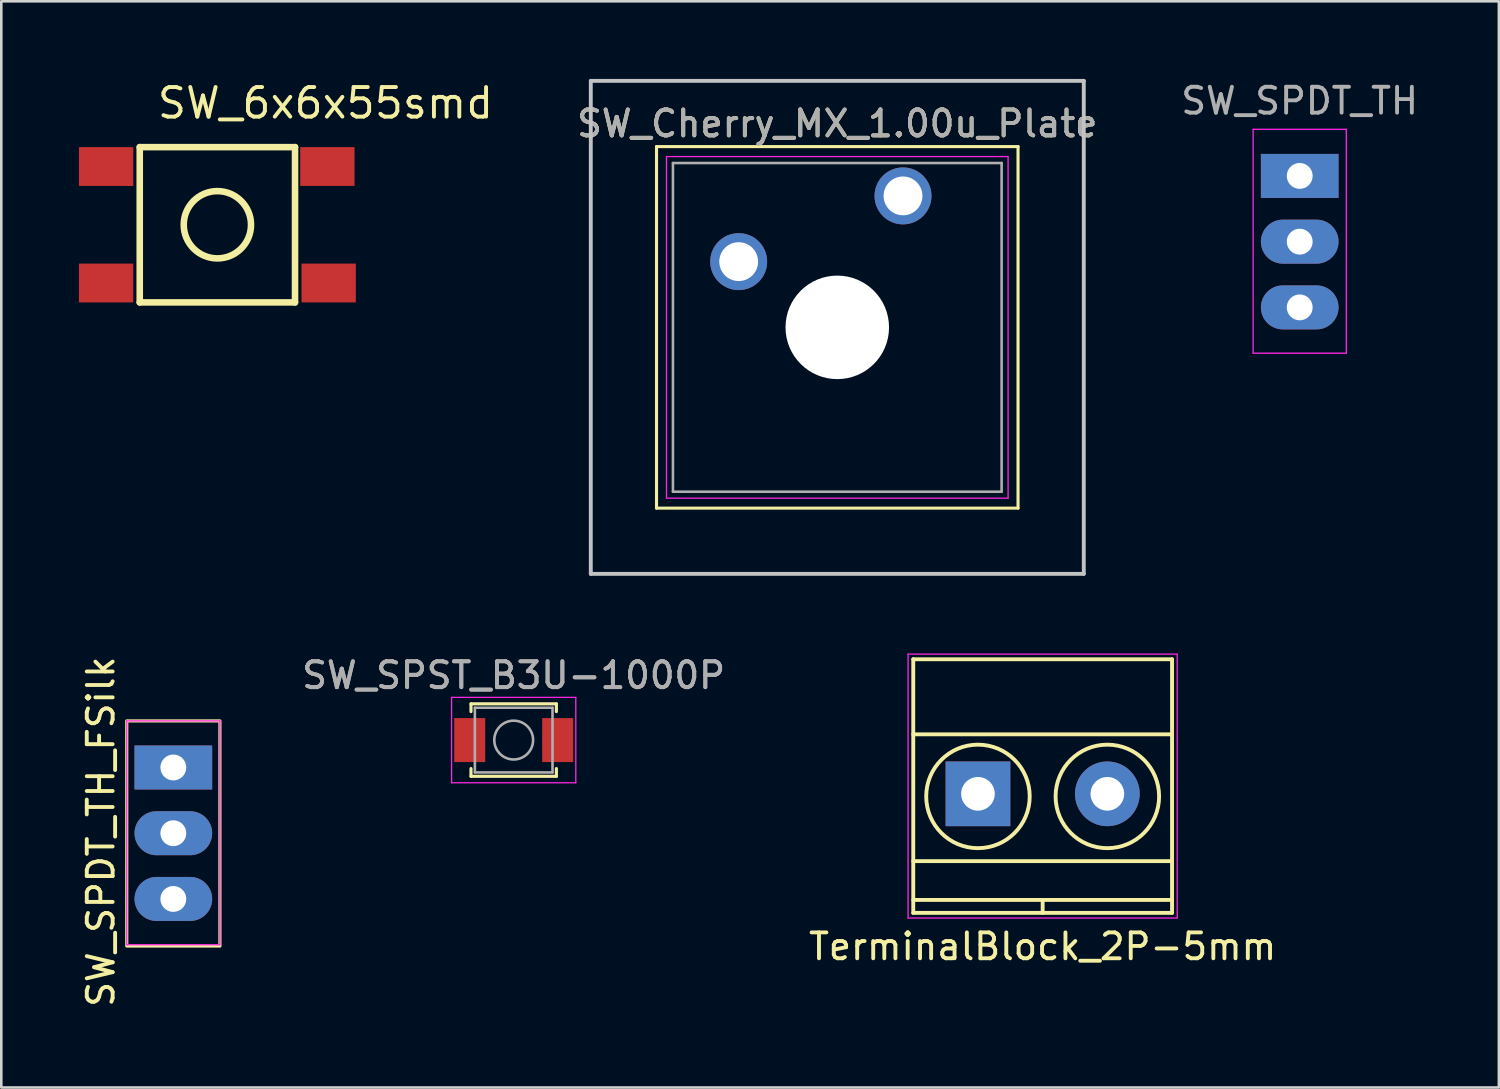
<source format=kicad_pcb>
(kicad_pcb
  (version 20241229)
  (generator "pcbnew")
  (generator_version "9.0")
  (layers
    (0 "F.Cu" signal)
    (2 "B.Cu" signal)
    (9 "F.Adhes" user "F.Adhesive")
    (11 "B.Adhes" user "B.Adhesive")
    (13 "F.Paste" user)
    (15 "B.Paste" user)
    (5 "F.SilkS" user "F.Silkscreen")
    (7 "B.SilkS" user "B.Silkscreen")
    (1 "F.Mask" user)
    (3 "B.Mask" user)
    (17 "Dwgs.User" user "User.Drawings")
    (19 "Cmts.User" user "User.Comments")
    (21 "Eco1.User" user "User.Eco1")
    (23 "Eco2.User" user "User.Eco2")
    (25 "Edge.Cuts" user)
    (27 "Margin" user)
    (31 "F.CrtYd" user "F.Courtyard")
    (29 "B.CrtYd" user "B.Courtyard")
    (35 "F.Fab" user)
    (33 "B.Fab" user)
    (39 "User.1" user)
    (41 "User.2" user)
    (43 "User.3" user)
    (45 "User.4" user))
  (footprint "TerminalBlock_2P-5mm"
    (layer "F.Cu")
    (at 34.74 27.625)
    (property "Reference" "TerminalBlock_2P-5mm" (at 2.5 5.9 0) (layer "F.SilkS") (effects (font (size 1 1) (thickness 0.15))))
    (attr through_hole)
    (fp_line (start -2.5 -5.2) (end -2.5 4.6) (stroke (width 0.15) (type solid)) (layer "F.SilkS"))
    (fp_line (start -2.5 -2.3) (end 7.5 -2.3) (stroke (width 0.15) (type solid)) (layer "F.SilkS"))
    (fp_line (start -2.5 2.6) (end 7.5 2.6) (stroke (width 0.15) (type solid)) (layer "F.SilkS"))
    (fp_line (start -2.5 4.1) (end 7.5 4.1) (stroke (width 0.15) (type solid)) (layer "F.SilkS"))
    (fp_line (start -2.5 4.6) (end 7.5 4.6) (stroke (width 0.15) (type solid)) (layer "F.SilkS"))
    (fp_line (start 2.5 4.1) (end 2.5 4.6) (stroke (width 0.15) (type solid)) (layer "F.SilkS"))
    (fp_line (start 7.5 -5.2) (end -2.5 -5.2) (stroke (width 0.15) (type solid)) (layer "F.SilkS"))
    (fp_line (start 7.5 4.6) (end 7.5 -5.2) (stroke (width 0.15) (type solid)) (layer "F.SilkS"))
    (fp_circle (center 0 0.1) (end 2 0.1) (stroke (width 0.15) (type solid)) (fill no) (layer "F.SilkS"))
    (fp_circle (center 5 0.1) (end 3 0.1) (stroke (width 0.15) (type solid)) (fill no) (layer "F.SilkS"))
    (fp_line (start -2.7 -5.4) (end 7.7 -5.4) (stroke (width 0.05) (type solid)) (layer "F.CrtYd"))
    (fp_line (start -2.7 4.8) (end -2.7 -5.4) (stroke (width 0.05) (type solid)) (layer "F.CrtYd"))
    (fp_line (start 7.7 -5.4) (end 7.7 4.8) (stroke (width 0.05) (type solid)) (layer "F.CrtYd"))
    (fp_line (start 7.7 4.8) (end -2.7 4.8) (stroke (width 0.05) (type solid)) (layer "F.CrtYd"))
    (pad "1" thru_hole rect (at 0 0) (size 2.5 2.5) (drill 1.3) (layers "*.Cu" "*.Mask"))
    (pad "2" thru_hole circle (at 5 0) (size 2.5 2.5) (drill 1.3) (layers "*.Cu" "*.Mask")))
  (footprint "SW_6x6x55smd"
    (layer "F.Cu")
    (at 5.35 5.635)
    (property "Reference" "SW_6x6x55smd" (at -2.4 -4.7 0) (layer "F.SilkS") (effects (font (size 1.143 1.143) (thickness 0.152)) (justify left)))
    (attr smd)
    (fp_line (start -3 -3) (end 3 -3) (stroke (width 0.254) (type solid)) (layer "F.SilkS"))
    (fp_line (start -3 3) (end -3 -3) (stroke (width 0.254) (type solid)) (layer "F.SilkS"))
    (fp_line (start 3 -3) (end 3 3) (stroke (width 0.254) (type solid)) (layer "F.SilkS"))
    (fp_line (start 3 3) (end -3 3) (stroke (width 0.254) (type solid)) (layer "F.SilkS"))
    (fp_circle (center 0 0) (end 1.3 0) (stroke (width 0.254) (type solid)) (fill no) (layer "F.SilkS"))
    (pad "1" smd rect (at -4.3 2.25 90) (size 1.5 2.1) (layers "F.Cu" "F.Mask" "F.Paste"))
    (pad "2" smd rect (at 4.3 2.25 90) (size 1.5 2.1) (layers "F.Cu" "F.Mask" "F.Paste"))
    (pad "3" smd rect (at 4.25 -2.25 90) (size 1.5 2.1) (layers "F.Cu" "F.Mask" "F.Paste"))
    (pad "4" smd rect (at -4.3 -2.25 90) (size 1.5 2.1) (layers "F.Cu" "F.Mask" "F.Paste")))
  (footprint "SW_SPDT_TH"
    (layer "F.Cu")
    (at 47.173 3.748)
    (property "Reference" "SW_SPDT_TH" (at 0 -2.9 0) (layer "F.Fab") (effects (font (size 1 1) (thickness 0.15))))
    (attr through_hole)
    (fp_line (start -1.8 -1.8) (end -1.8 6.85) (stroke (width 0.05) (type solid)) (layer "F.CrtYd"))
    (fp_line (start -1.8 6.85) (end 1.8 6.85) (stroke (width 0.05) (type solid)) (layer "F.CrtYd"))
    (fp_line (start 1.8 -1.8) (end -1.8 -1.8) (stroke (width 0.05) (type solid)) (layer "F.CrtYd"))
    (fp_line (start 1.8 6.85) (end 1.8 -1.8) (stroke (width 0.05) (type solid)) (layer "F.CrtYd"))
    (pad "1" thru_hole rect (at 0 0) (size 3 1.7) (drill 1) (layers "*.Cu" "*.Mask"))
    (pad "2" thru_hole oval (at 0 2.54) (size 3 1.7) (drill 1) (layers "*.Cu" "*.Mask"))
    (pad "3" thru_hole oval (at 0 5.08) (size 3 1.7) (drill 1) (layers "*.Cu" "*.Mask")))
  (footprint "SW_SPDT_TH_FSilk"
    (layer "F.Cu")
    (at 3.648 26.607)
    (property "Reference" "SW_SPDT_TH_FSilk" (at -2.8 2.48 90) (layer "F.SilkS") (effects (font (size 1 1) (thickness 0.15))))
    (attr through_hole)
    (fp_rect (start -1.8 -1.8) (end 1.8 6.9) (stroke (width 0.12) (type default)) (fill no) (layer "F.SilkS"))
    (fp_line (start -1.8 -1.8) (end -1.8 6.85) (stroke (width 0.05) (type solid)) (layer "F.CrtYd"))
    (fp_line (start -1.8 6.85) (end 1.8 6.85) (stroke (width 0.05) (type solid)) (layer "F.CrtYd"))
    (fp_line (start 1.8 -1.8) (end -1.8 -1.8) (stroke (width 0.05) (type solid)) (layer "F.CrtYd"))
    (fp_line (start 1.8 6.85) (end 1.8 -1.8) (stroke (width 0.05) (type solid)) (layer "F.CrtYd"))
    (pad "1" thru_hole rect (at 0 0) (size 3 1.7) (drill 1) (layers "*.Cu" "*.Mask"))
    (pad "2" thru_hole oval (at 0 2.54) (size 3 1.7) (drill 1) (layers "*.Cu" "*.Mask"))
    (pad "3" thru_hole oval (at 0 5.08) (size 3 1.7) (drill 1) (layers "*.Cu" "*.Mask")))
  (footprint "SW_Cherry_MX_1.00u_Plate"
    (layer "F.Cu")
    (at 31.844 4.52)
    (property "Reference" "SW_Cherry_MX_1.00u_Plate" (at -2.54 -2.794 0) (layer "F.SilkS") (effects (font (size 1 1) (thickness 0.15))))
    (attr through_hole)
    (fp_line (start -9.525 -1.905) (end 4.445 -1.905) (stroke (width 0.12) (type solid)) (layer "F.SilkS"))
    (fp_line (start -9.525 12.065) (end -9.525 -1.905) (stroke (width 0.12) (type solid)) (layer "F.SilkS"))
    (fp_line (start 4.445 -1.905) (end 4.445 12.065) (stroke (width 0.12) (type solid)) (layer "F.SilkS"))
    (fp_line (start 4.445 12.065) (end -9.525 12.065) (stroke (width 0.12) (type solid)) (layer "F.SilkS"))
    (fp_line (start -12.065 -4.445) (end 6.985 -4.445) (stroke (width 0.15) (type solid)) (layer "Dwgs.User"))
    (fp_line (start -12.065 14.605) (end -12.065 -4.445) (stroke (width 0.15) (type solid)) (layer "Dwgs.User"))
    (fp_line (start 6.985 -4.445) (end 6.985 14.605) (stroke (width 0.15) (type solid)) (layer "Dwgs.User"))
    (fp_line (start 6.985 14.605) (end -12.065 14.605) (stroke (width 0.15) (type solid)) (layer "Dwgs.User"))
    (fp_line (start -9.14 -1.52) (end 4.06 -1.52) (stroke (width 0.05) (type solid)) (layer "F.CrtYd"))
    (fp_line (start -9.14 11.68) (end -9.14 -1.52) (stroke (width 0.05) (type solid)) (layer "F.CrtYd"))
    (fp_line (start 4.06 -1.52) (end 4.06 11.68) (stroke (width 0.05) (type solid)) (layer "F.CrtYd"))
    (fp_line (start 4.06 11.68) (end -9.14 11.68) (stroke (width 0.05) (type solid)) (layer "F.CrtYd"))
    (fp_line (start -8.89 -1.27) (end 3.81 -1.27) (stroke (width 0.1) (type solid)) (layer "F.Fab"))
    (fp_line (start -8.89 11.43) (end -8.89 -1.27) (stroke (width 0.1) (type solid)) (layer "F.Fab"))
    (fp_line (start 3.81 -1.27) (end 3.81 11.43) (stroke (width 0.1) (type solid)) (layer "F.Fab"))
    (fp_line (start 3.81 11.43) (end -8.89 11.43) (stroke (width 0.1) (type solid)) (layer "F.Fab"))
    (fp_text user "${REFERENCE}" (at -2.54 -2.794 0) (layer "F.Fab") (effects (font (size 1 1) (thickness 0.15))))
    (pad "" np_thru_hole circle (at -2.54 5.08) (size 4 4) (drill 4) (layers "*.Cu" "*.Mask"))
    (pad "1" thru_hole circle (at 0 0) (size 2.2 2.2) (drill 1.5) (layers "*.Cu" "*.Mask"))
    (pad "2" thru_hole circle (at -6.35 2.54) (size 2.2 2.2) (drill 1.5) (layers "*.Cu" "*.Mask")))
  (footprint "SW_SPST_B3U-1000P"
    (layer "F.Cu")
    (at 16.8 25.548)
    (property "Reference" "SW_SPST_B3U-1000P" (at 0 -2.5 0) (layer "F.Fab") (effects (font (size 1 1) (thickness 0.15))))
    (attr smd)
    (fp_line (start -1.65 -1.4) (end 1.65 -1.4) (stroke (width 0.12) (type solid)) (layer "F.SilkS"))
    (fp_line (start -1.65 -1.1) (end -1.65 -1.4) (stroke (width 0.12) (type solid)) (layer "F.SilkS"))
    (fp_line (start -1.65 1.1) (end -1.65 1.4) (stroke (width 0.12) (type solid)) (layer "F.SilkS"))
    (fp_line (start -1.65 1.4) (end 1.65 1.4) (stroke (width 0.12) (type solid)) (layer "F.SilkS"))
    (fp_line (start 1.65 -1.4) (end 1.65 -1.1) (stroke (width 0.12) (type solid)) (layer "F.SilkS"))
    (fp_line (start 1.65 1.4) (end 1.65 1.1) (stroke (width 0.12) (type solid)) (layer "F.SilkS"))
    (fp_line (start -2.4 -1.65) (end -2.4 1.65) (stroke (width 0.05) (type solid)) (layer "F.CrtYd"))
    (fp_line (start -2.4 1.65) (end 2.4 1.65) (stroke (width 0.05) (type solid)) (layer "F.CrtYd"))
    (fp_line (start 2.4 -1.65) (end -2.4 -1.65) (stroke (width 0.05) (type solid)) (layer "F.CrtYd"))
    (fp_line (start 2.4 1.65) (end 2.4 -1.65) (stroke (width 0.05) (type solid)) (layer "F.CrtYd"))
    (fp_line (start -1.5 -1.25) (end 1.5 -1.25) (stroke (width 0.1) (type solid)) (layer "F.Fab"))
    (fp_line (start -1.5 1.25) (end -1.5 -1.25) (stroke (width 0.1) (type solid)) (layer "F.Fab"))
    (fp_line (start 1.5 -1.25) (end 1.5 1.25) (stroke (width 0.1) (type solid)) (layer "F.Fab"))
    (fp_line (start 1.5 1.25) (end -1.5 1.25) (stroke (width 0.1) (type solid)) (layer "F.Fab"))
    (fp_circle (center 0 0) (end 0.75 0) (stroke (width 0.1) (type solid)) (fill no) (layer "F.Fab"))
    (fp_text user "${REFERENCE}" (at 0 -2.5 0) (layer "F.Fab") (effects (font (size 1 1) (thickness 0.15))))
    (pad "1" smd rect (at -1.7 0) (size 1.2 1.7) (layers "F.Cu" "F.Mask" "F.Paste"))
    (pad "2" smd rect (at 1.7 0) (size 1.2 1.7) (layers "F.Cu" "F.Mask" "F.Paste")))
  (gr_rect
    (start -3 -3)
    (end 54.869 38.974)
    (stroke (width 0.1) (type default))
    (fill no)
    (layer "Edge.Cuts")))
</source>
